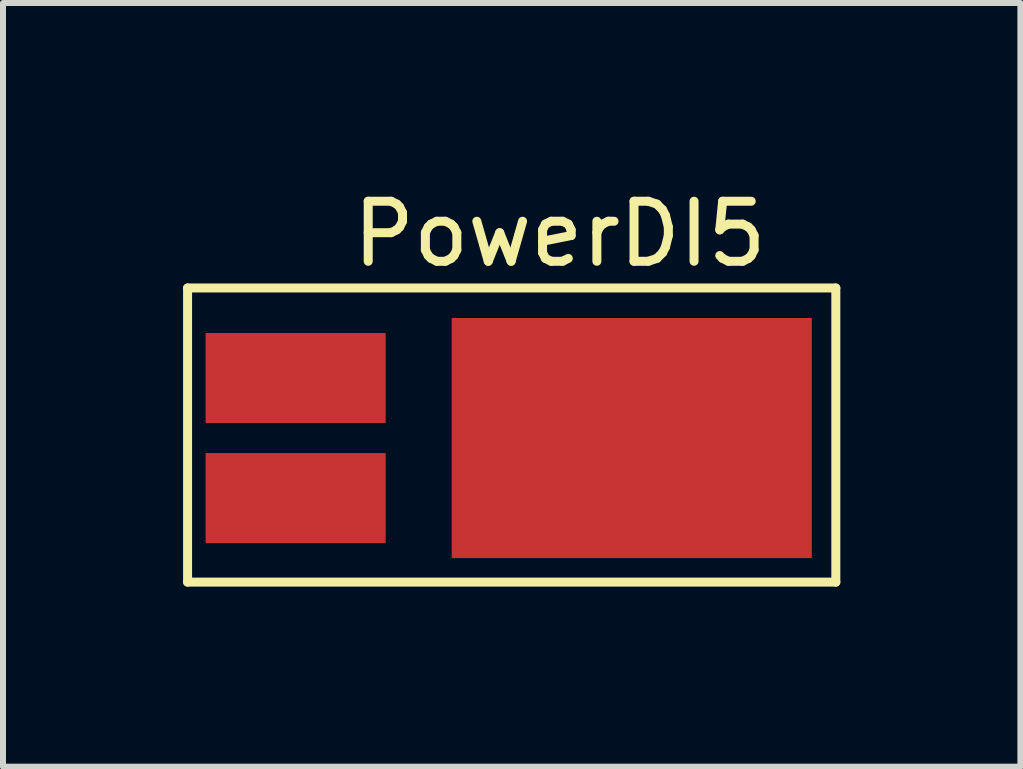
<source format=kicad_pcb>
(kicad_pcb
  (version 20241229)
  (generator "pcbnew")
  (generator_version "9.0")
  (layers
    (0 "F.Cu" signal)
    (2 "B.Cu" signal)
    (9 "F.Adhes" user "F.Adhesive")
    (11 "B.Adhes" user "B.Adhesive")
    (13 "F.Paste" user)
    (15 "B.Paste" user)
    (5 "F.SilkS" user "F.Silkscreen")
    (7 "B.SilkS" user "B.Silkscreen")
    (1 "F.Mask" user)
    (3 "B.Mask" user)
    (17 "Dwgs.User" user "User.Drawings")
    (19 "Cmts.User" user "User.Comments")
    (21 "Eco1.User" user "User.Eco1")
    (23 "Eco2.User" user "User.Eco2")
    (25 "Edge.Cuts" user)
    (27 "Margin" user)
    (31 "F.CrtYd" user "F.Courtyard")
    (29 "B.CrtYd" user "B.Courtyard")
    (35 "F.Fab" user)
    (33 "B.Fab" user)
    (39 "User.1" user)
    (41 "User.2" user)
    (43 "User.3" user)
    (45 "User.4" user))
  (footprint "PowerDI5"
    (layer "F.Cu")
    (at 1.875 3.248)
    (property "Reference" "PowerDI5" (at 4.4 -2.4 0) (layer "F.SilkS") (effects (font (size 1 1) (thickness 0.15))))
    (attr through_hole)
    (fp_line (start -1.8 -1.5) (end -1.8 3.4) (stroke (width 0.15) (type solid)) (layer "F.SilkS"))
    (fp_line (start -1.8 3.4) (end 9 3.4) (stroke (width 0.15) (type solid)) (layer "F.SilkS"))
    (fp_line (start 9 -1.5) (end -1.8 -1.5) (stroke (width 0.15) (type solid)) (layer "F.SilkS"))
    (fp_line (start 9 3.4) (end 9 -1.5) (stroke (width 0.15) (type solid)) (layer "F.SilkS"))
    (pad "1" smd rect (at 5.6 1) (size 6 4) (layers "F.Cu" "F.Mask" "F.Paste"))
    (pad "2" smd rect (at 0 0) (size 3 1.5) (layers "F.Cu" "F.Mask" "F.Paste"))
    (pad "3" smd rect (at 0 2) (size 3 1.5) (layers "F.Cu" "F.Mask" "F.Paste")))
  (gr_rect
    (start -3 -3)
    (end 13.95 9.723)
    (stroke (width 0.1) (type default))
    (fill no)
    (layer "Edge.Cuts")))
</source>
